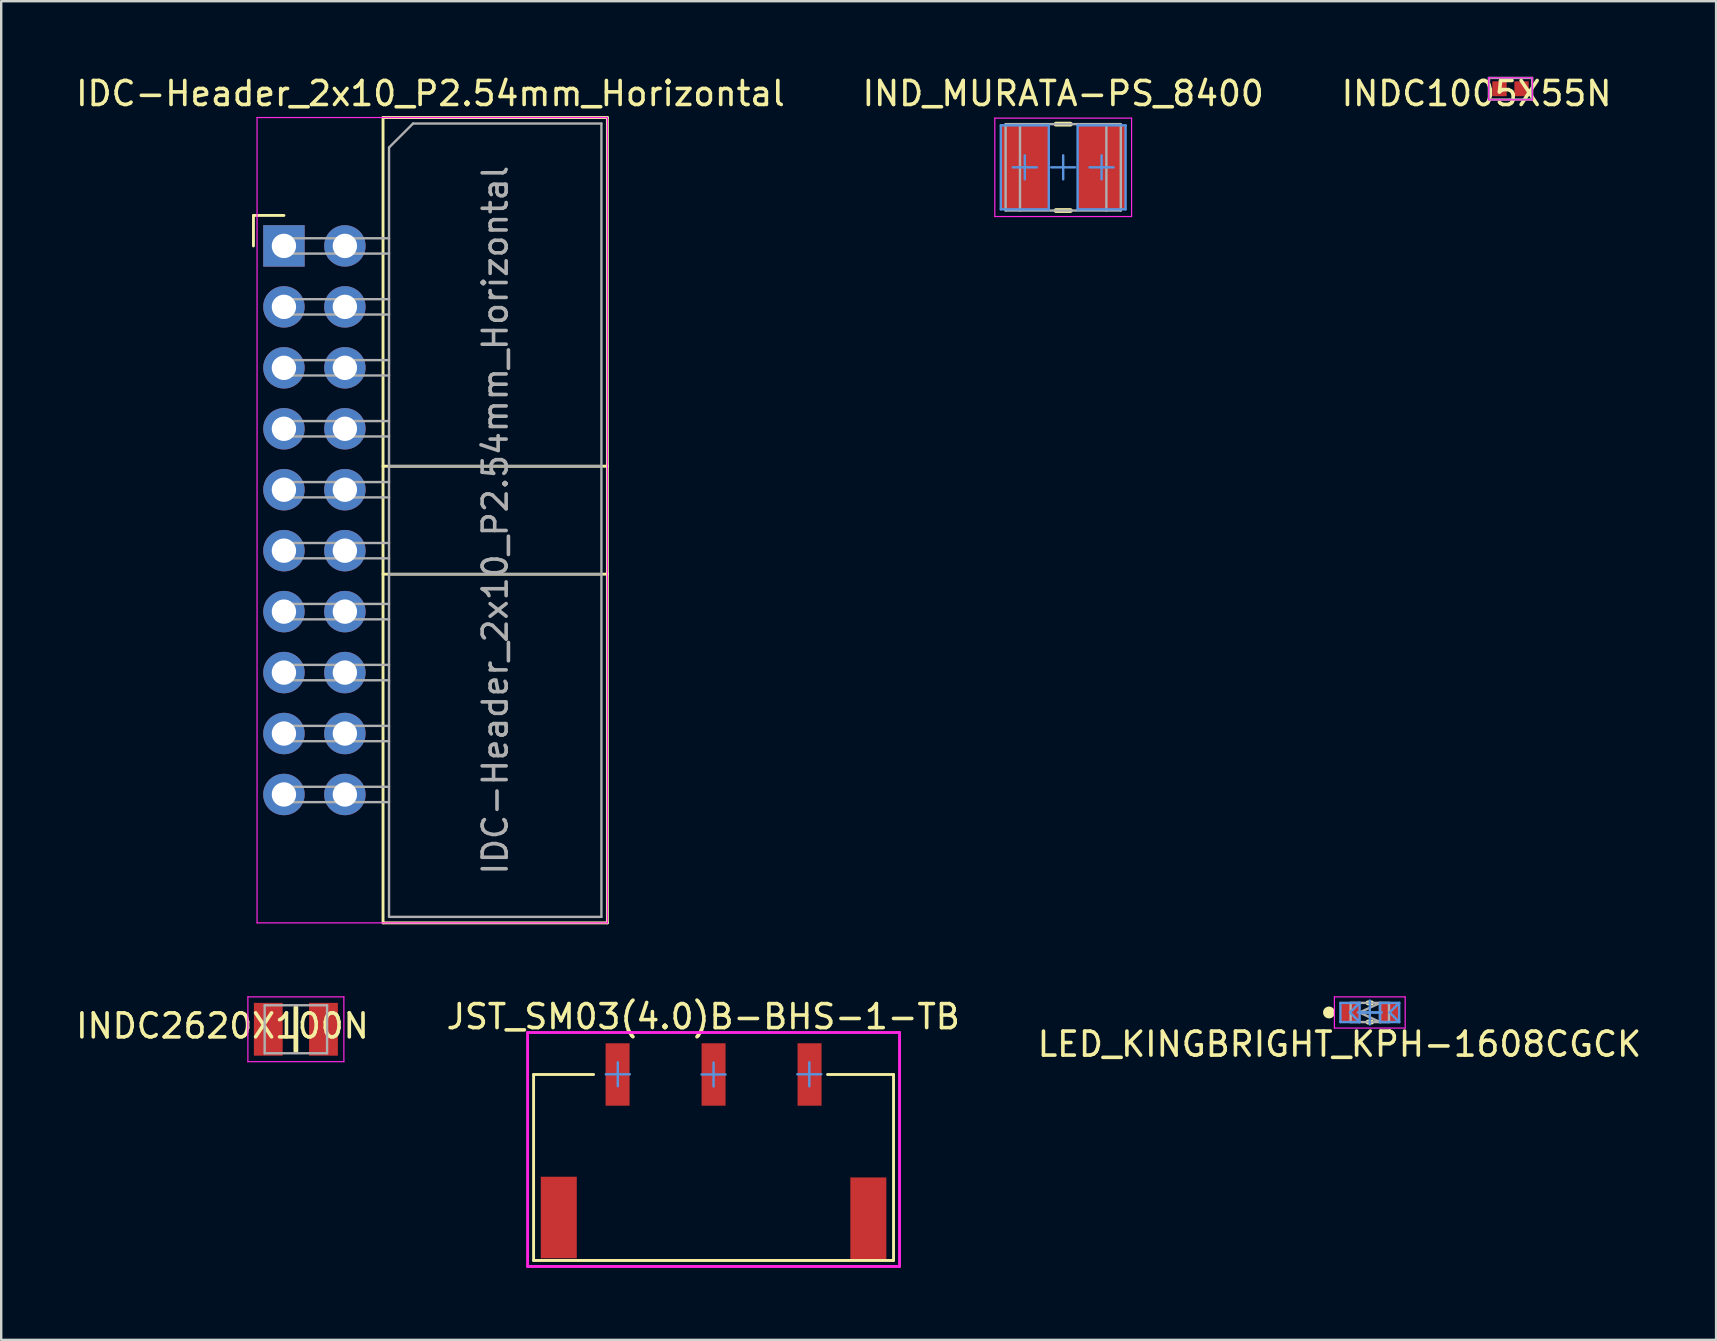
<source format=kicad_pcb>
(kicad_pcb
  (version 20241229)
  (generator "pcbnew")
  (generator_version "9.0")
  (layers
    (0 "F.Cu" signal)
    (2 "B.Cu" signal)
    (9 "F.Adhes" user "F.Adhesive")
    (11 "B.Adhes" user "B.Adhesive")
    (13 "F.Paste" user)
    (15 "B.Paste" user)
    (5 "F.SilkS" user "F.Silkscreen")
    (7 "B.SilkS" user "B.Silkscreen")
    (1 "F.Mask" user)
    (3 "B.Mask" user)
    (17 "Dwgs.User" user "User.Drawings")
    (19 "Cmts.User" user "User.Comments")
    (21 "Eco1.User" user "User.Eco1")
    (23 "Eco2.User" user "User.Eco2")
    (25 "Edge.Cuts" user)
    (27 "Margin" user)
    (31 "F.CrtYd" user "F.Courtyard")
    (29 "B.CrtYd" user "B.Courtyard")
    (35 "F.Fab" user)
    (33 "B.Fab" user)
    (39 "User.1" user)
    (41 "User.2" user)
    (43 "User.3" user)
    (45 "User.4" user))
  (footprint "LED_KINGBRIGHT_KPH-1608CGCK"
    (layer "F.Cu")
    (at 54.033 39.143)
    (property "Reference" "LED_KINGBRIGHT_KPH-1608CGCK" (at -1.265 1.32 0) (layer "F.SilkS") (effects (font (size 1 1) (thickness 0.15))))
    (attr smd)
    (fp_line (start -0.075 -0.4) (end 0.075 -0.4) (stroke (width 0.2) (type solid)) (layer "F.SilkS"))
    (fp_line (start -0.075 0.4) (end 0.075 0.4) (stroke (width 0.2) (type solid)) (layer "F.SilkS"))
    (fp_circle (center -1.7 0) (end -1.575 0) (stroke (width 0.25) (type solid)) (fill no) (layer "F.SilkS"))
    (fp_line (start -1.225 -0.4) (end -0.425 -0.4) (stroke (width 0.1) (type solid)) (layer "Cmts.User"))
    (fp_line (start -1.225 0.4) (end -1.225 -0.4) (stroke (width 0.1) (type solid)) (layer "Cmts.User"))
    (fp_line (start -1.225 0.4) (end -0.425 0.4) (stroke (width 0.1) (type solid)) (layer "Cmts.User"))
    (fp_line (start -0.825 0) (end -0.425 -0.4) (stroke (width 0.1) (type solid)) (layer "Cmts.User"))
    (fp_line (start -0.825 0) (end -0.425 0.4) (stroke (width 0.1) (type solid)) (layer "Cmts.User"))
    (fp_line (start -0.5 0) (end 0 0) (stroke (width 0.1) (type solid)) (layer "Cmts.User"))
    (fp_line (start -0.425 0) (end 0.425 0) (stroke (width 0.1) (type solid)) (layer "Cmts.User"))
    (fp_line (start -0.425 0.4) (end -0.425 -0.4) (stroke (width 0.1) (type solid)) (layer "Cmts.User"))
    (fp_line (start 0 0) (end 0 -0.5) (stroke (width 0.1) (type solid)) (layer "Cmts.User"))
    (fp_line (start 0 0) (end 0.5 0) (stroke (width 0.1) (type solid)) (layer "Cmts.User"))
    (fp_line (start 0 0.5) (end 0 0) (stroke (width 0.1) (type solid)) (layer "Cmts.User"))
    (fp_line (start 0.425 -0.4) (end 1.225 -0.4) (stroke (width 0.1) (type solid)) (layer "Cmts.User"))
    (fp_line (start 0.425 0.4) (end 0.425 -0.4) (stroke (width 0.1) (type solid)) (layer "Cmts.User"))
    (fp_line (start 0.425 0.4) (end 1.225 0.4) (stroke (width 0.1) (type solid)) (layer "Cmts.User"))
    (fp_line (start 0.825 0) (end 1.225 -0.4) (stroke (width 0.1) (type solid)) (layer "Cmts.User"))
    (fp_line (start 0.825 0) (end 1.225 0.4) (stroke (width 0.1) (type solid)) (layer "Cmts.User"))
    (fp_line (start 1.225 0.4) (end 1.225 -0.4) (stroke (width 0.1) (type solid)) (layer "Cmts.User"))
    (fp_line (start -1.475 -0.65) (end 1.475 -0.65) (stroke (width 0.05) (type solid)) (layer "F.CrtYd"))
    (fp_line (start -1.475 0.65) (end -1.475 -0.65) (stroke (width 0.05) (type solid)) (layer "F.CrtYd"))
    (fp_line (start -1.475 0.65) (end 1.475 0.65) (stroke (width 0.05) (type solid)) (layer "F.CrtYd"))
    (fp_line (start 1.475 0.65) (end 1.475 -0.65) (stroke (width 0.05) (type solid)) (layer "F.CrtYd"))
    (fp_line (start -0.8 -0.4) (end 0.8 -0.4) (stroke (width 0.1) (type solid)) (layer "F.Fab"))
    (fp_line (start -0.8 0.4) (end -0.8 -0.4) (stroke (width 0.1) (type solid)) (layer "F.Fab"))
    (fp_line (start -0.8 0.4) (end 0.8 0.4) (stroke (width 0.1) (type solid)) (layer "F.Fab"))
    (fp_line (start -0.425 0) (end 0.425 -0.4) (stroke (width 0.1) (type solid)) (layer "F.Fab"))
    (fp_line (start -0.425 0) (end 0.425 0.4) (stroke (width 0.1) (type solid)) (layer "F.Fab"))
    (fp_line (start 0.425 0.4) (end 0.425 -0.4) (stroke (width 0.1) (type solid)) (layer "F.Fab"))
    (fp_line (start 0.8 0.4) (end 0.8 -0.4) (stroke (width 0.1) (type solid)) (layer "F.Fab"))
    (pad "1" smd rect (at -0.825 0) (size 0.8 0.8) (layers "F.Cu" "F.Mask" "F.Paste"))
    (pad "2" smd rect (at 0.825 0) (size 0.8 0.8) (layers "F.Cu" "F.Mask" "F.Paste")))
  (footprint "JST_SM03(4.0)B-BHS-1-TB"
    (layer "F.Cu")
    (at 26.686 41.727)
    (property "Reference" "JST_SM03(4.0)B-BHS-1-TB" (at -0.43 -2.41 0) (layer "F.SilkS") (effects (font (size 1 1) (thickness 0.15))))
    (attr through_hole)
    (fp_line (start -7.5 0) (end -7.5 7.75) (stroke (width 0.12) (type solid)) (layer "F.SilkS"))
    (fp_line (start -7.5 7.75) (end 7.5 7.75) (stroke (width 0.12) (type solid)) (layer "F.SilkS"))
    (fp_line (start -5 0) (end -7.5 0) (stroke (width 0.12) (type solid)) (layer "F.SilkS"))
    (fp_line (start 7.5 0) (end 4.75 0) (stroke (width 0.12) (type solid)) (layer "F.SilkS"))
    (fp_line (start 7.5 7.75) (end 7.5 0) (stroke (width 0.12) (type solid)) (layer "F.SilkS"))
    (fp_line (start -4.49 -0.01) (end -3.99 -0.01) (stroke (width 0.1) (type solid)) (layer "Cmts.User"))
    (fp_line (start -3.99 -0.01) (end -3.99 -0.51) (stroke (width 0.1) (type solid)) (layer "Cmts.User"))
    (fp_line (start -3.99 -0.01) (end -3.49 -0.01) (stroke (width 0.1) (type solid)) (layer "Cmts.User"))
    (fp_line (start -3.99 0.49) (end -3.99 -0.01) (stroke (width 0.1) (type solid)) (layer "Cmts.User"))
    (fp_line (start -0.5 0) (end 0 0) (stroke (width 0.1) (type solid)) (layer "Cmts.User"))
    (fp_line (start 0 0) (end 0 -0.5) (stroke (width 0.1) (type solid)) (layer "Cmts.User"))
    (fp_line (start 0 0) (end 0.5 0) (stroke (width 0.1) (type solid)) (layer "Cmts.User"))
    (fp_line (start 0 0.5) (end 0 0) (stroke (width 0.1) (type solid)) (layer "Cmts.User"))
    (fp_line (start 3.49 -0.01) (end 3.99 -0.01) (stroke (width 0.1) (type solid)) (layer "Cmts.User"))
    (fp_line (start 3.99 -0.01) (end 3.99 -0.51) (stroke (width 0.1) (type solid)) (layer "Cmts.User"))
    (fp_line (start 3.99 -0.01) (end 4.49 -0.01) (stroke (width 0.1) (type solid)) (layer "Cmts.User"))
    (fp_line (start 3.99 0.49) (end 3.99 -0.01) (stroke (width 0.1) (type solid)) (layer "Cmts.User"))
    (fp_line (start -7.75 -1.75) (end -7.75 8) (stroke (width 0.12) (type solid)) (layer "F.CrtYd"))
    (fp_line (start -7.75 8) (end 7.75 8) (stroke (width 0.12) (type solid)) (layer "F.CrtYd"))
    (fp_line (start 7.75 -1.75) (end -7.75 -1.75) (stroke (width 0.12) (type solid)) (layer "F.CrtYd"))
    (fp_line (start 7.75 8) (end 7.75 -1.75) (stroke (width 0.12) (type solid)) (layer "F.CrtYd"))
    (pad "1" smd rect (at -4 0) (size 1 2.6) (layers "F.Cu" "F.Mask" "F.Paste"))
    (pad "2" smd rect (at 0 0) (size 1 2.6) (layers "F.Cu" "F.Mask" "F.Paste"))
    (pad "3" smd rect (at 4 0) (size 1 2.6) (layers "F.Cu" "F.Mask" "F.Paste"))
    (pad "4" smd rect (at -6.45 5.96) (size 1.5 3.4) (layers "F.Cu" "F.Mask" "F.Paste"))
    (pad "5" smd rect (at 6.45 5.99) (size 1.5 3.4) (layers "F.Cu" "F.Mask" "F.Paste")))
  (footprint "IND_MURATA-PS_8400"
    (layer "F.Cu")
    (at 41.256 3.924)
    (property "Reference" "IND_MURATA-PS_8400" (at 0 -3.076 0) (layer "F.SilkS") (effects (font (size 1 1) (thickness 0.15))))
    (attr smd)
    (fp_line (start -0.3 -1.8) (end 0.3 -1.8) (stroke (width 0.2) (type solid)) (layer "F.SilkS"))
    (fp_line (start -0.3 1.8) (end 0.3 1.8) (stroke (width 0.2) (type solid)) (layer "F.SilkS"))
    (fp_line (start -2.6 -1.75) (end -0.6 -1.75) (stroke (width 0.1) (type solid)) (layer "Cmts.User"))
    (fp_line (start -2.6 1.75) (end -2.6 -1.75) (stroke (width 0.1) (type solid)) (layer "Cmts.User"))
    (fp_line (start -2.6 1.75) (end -0.6 1.75) (stroke (width 0.1) (type solid)) (layer "Cmts.User"))
    (fp_line (start -2.1 0) (end -1.6 0) (stroke (width 0.1) (type solid)) (layer "Cmts.User"))
    (fp_line (start -1.6 0) (end -1.6 -0.5) (stroke (width 0.1) (type solid)) (layer "Cmts.User"))
    (fp_line (start -1.6 0) (end -1.1 0) (stroke (width 0.1) (type solid)) (layer "Cmts.User"))
    (fp_line (start -1.6 0.5) (end -1.6 0) (stroke (width 0.1) (type solid)) (layer "Cmts.User"))
    (fp_line (start -0.6 1.75) (end -0.6 -1.75) (stroke (width 0.1) (type solid)) (layer "Cmts.User"))
    (fp_line (start -0.5 0) (end 0 0) (stroke (width 0.1) (type solid)) (layer "Cmts.User"))
    (fp_line (start 0 0) (end 0 -0.5) (stroke (width 0.1) (type solid)) (layer "Cmts.User"))
    (fp_line (start 0 0) (end 0.5 0) (stroke (width 0.1) (type solid)) (layer "Cmts.User"))
    (fp_line (start 0 0.5) (end 0 0) (stroke (width 0.1) (type solid)) (layer "Cmts.User"))
    (fp_line (start 0.6 -1.75) (end 2.6 -1.75) (stroke (width 0.1) (type solid)) (layer "Cmts.User"))
    (fp_line (start 0.6 1.75) (end 0.6 -1.75) (stroke (width 0.1) (type solid)) (layer "Cmts.User"))
    (fp_line (start 0.6 1.75) (end 2.6 1.75) (stroke (width 0.1) (type solid)) (layer "Cmts.User"))
    (fp_line (start 1.1 0) (end 1.6 0) (stroke (width 0.1) (type solid)) (layer "Cmts.User"))
    (fp_line (start 1.6 0) (end 1.6 -0.5) (stroke (width 0.1) (type solid)) (layer "Cmts.User"))
    (fp_line (start 1.6 0) (end 2.1 0) (stroke (width 0.1) (type solid)) (layer "Cmts.User"))
    (fp_line (start 1.6 0.5) (end 1.6 0) (stroke (width 0.1) (type solid)) (layer "Cmts.User"))
    (fp_line (start 2.6 1.75) (end 2.6 -1.75) (stroke (width 0.1) (type solid)) (layer "Cmts.User"))
    (fp_line (start -2.85 -2.05) (end 2.85 -2.05) (stroke (width 0.05) (type solid)) (layer "F.CrtYd"))
    (fp_line (start -2.85 2.05) (end -2.85 -2.05) (stroke (width 0.05) (type solid)) (layer "F.CrtYd"))
    (fp_line (start -2.85 2.05) (end 2.85 2.05) (stroke (width 0.05) (type solid)) (layer "F.CrtYd"))
    (fp_line (start 2.85 2.05) (end 2.85 -2.05) (stroke (width 0.05) (type solid)) (layer "F.CrtYd"))
    (fp_line (start -2.4 -1.8) (end 2.4 -1.8) (stroke (width 0.1) (type solid)) (layer "F.Fab"))
    (fp_line (start -2.4 1.8) (end -2.4 -1.8) (stroke (width 0.1) (type solid)) (layer "F.Fab"))
    (fp_line (start -2.4 1.8) (end 2.4 1.8) (stroke (width 0.1) (type solid)) (layer "F.Fab"))
    (fp_line (start -1.8 1.8) (end -1.8 -1.8) (stroke (width 0.1) (type solid)) (layer "F.Fab"))
    (fp_line (start 1.8 1.8) (end 1.8 -1.8) (stroke (width 0.1) (type solid)) (layer "F.Fab"))
    (fp_line (start 2.4 1.8) (end 2.4 -1.8) (stroke (width 0.1) (type solid)) (layer "F.Fab"))
    (pad "1" smd rect (at -1.6 0) (size 2 3.5) (layers "F.Cu" "F.Mask" "F.Paste"))
    (pad "2" smd rect (at 1.6 0) (size 2 3.5) (layers "F.Cu" "F.Mask" "F.Paste")))
  (footprint "INDC2620X100N"
    (layer "F.Cu")
    (at 9.28 39.843)
    (property "Reference" "INDC2620X100N" (at -3.06 -0.14 0) (layer "F.SilkS") (effects (font (size 1 1) (thickness 0.15))))
    (attr smd)
    (fp_line (start 0 0.9) (end 0 -0.9) (stroke (width 0.2) (type solid)) (layer "F.SilkS"))
    (fp_line (start -2 -1.35) (end 2 -1.35) (stroke (width 0.05) (type solid)) (layer "F.CrtYd"))
    (fp_line (start -2 1.35) (end -2 -1.35) (stroke (width 0.05) (type solid)) (layer "F.CrtYd"))
    (fp_line (start -2 1.35) (end 2 1.35) (stroke (width 0.05) (type solid)) (layer "F.CrtYd"))
    (fp_line (start 2 1.35) (end 2 -1.35) (stroke (width 0.05) (type solid)) (layer "F.CrtYd"))
    (fp_line (start -1.3 -1) (end 1.3 -1) (stroke (width 0.1) (type solid)) (layer "F.Fab"))
    (fp_line (start -1.3 1) (end -1.3 -1) (stroke (width 0.1) (type solid)) (layer "F.Fab"))
    (fp_line (start -1.3 1) (end 1.3 1) (stroke (width 0.1) (type solid)) (layer "F.Fab"))
    (fp_line (start 1.3 1) (end 1.3 -1) (stroke (width 0.1) (type solid)) (layer "F.Fab"))
    (pad "1" smd rect (at -1.15 0 90) (size 2.2 1.2) (layers "F.Cu" "F.Mask" "F.Paste"))
    (pad "2" smd rect (at 1.15 0 90) (size 2.2 1.2) (layers "F.Cu" "F.Mask" "F.Paste")))
  (footprint "INDC1005X55N"
    (layer "F.Cu")
    (at 59.898 0.649)
    (property "Reference" "INDC1005X55N" (at -1.415 0.2 0) (layer "F.SilkS") (effects (font (size 1 1) (thickness 0.15))))
    (attr smd)
    (fp_line (start -0.91 -0.46) (end 0.91 -0.46) (stroke (width 0.05) (type solid)) (layer "F.CrtYd"))
    (fp_line (start -0.91 0.46) (end -0.91 -0.46) (stroke (width 0.05) (type solid)) (layer "F.CrtYd"))
    (fp_line (start -0.91 0.46) (end 0.91 0.46) (stroke (width 0.05) (type solid)) (layer "F.CrtYd"))
    (fp_line (start 0.91 0.46) (end 0.91 -0.46) (stroke (width 0.05) (type solid)) (layer "F.CrtYd"))
    (fp_line (start -0.9 -0.45) (end 0.9 -0.45) (stroke (width 0.1) (type solid)) (layer "F.Fab"))
    (fp_line (start -0.9 0.45) (end -0.9 -0.45) (stroke (width 0.1) (type solid)) (layer "F.Fab"))
    (fp_line (start -0.9 0.45) (end 0.9 0.45) (stroke (width 0.1) (type solid)) (layer "F.Fab"))
    (fp_line (start 0.9 0.45) (end 0.9 -0.45) (stroke (width 0.1) (type solid)) (layer "F.Fab"))
    (pad "1" smd rect (at -0.46 0 90) (size 0.62 0.6) (layers "F.Cu" "F.Mask" "F.Paste"))
    (pad "2" smd rect (at 0.46 0 90) (size 0.62 0.6) (layers "F.Cu" "F.Mask" "F.Paste")))
  (footprint "IDC-Header_2x10_P2.54mm_Horizontal"
    (layer "F.Cu")
    (at 8.782 7.198)
    (property "Reference" "IDC-Header_2x10_P2.54mm_Horizontal" (at 6.105 -6.35 0) (layer "F.SilkS") (effects (font (size 1 1) (thickness 0.15))))
    (attr through_hole)
    (fp_line (start -1.27 -1.27) (end -1.27 0) (stroke (width 0.12) (type solid)) (layer "F.SilkS"))
    (fp_line (start 0 -1.27) (end -1.27 -1.27) (stroke (width 0.12) (type solid)) (layer "F.SilkS"))
    (fp_line (start 4.13 -5.35) (end 13.48 -5.35) (stroke (width 0.12) (type solid)) (layer "F.SilkS"))
    (fp_line (start 4.13 9.18) (end 13.48 9.18) (stroke (width 0.12) (type solid)) (layer "F.SilkS"))
    (fp_line (start 4.13 13.68) (end 13.48 13.68) (stroke (width 0.12) (type solid)) (layer "F.SilkS"))
    (fp_line (start 4.13 28.21) (end 4.13 -5.35) (stroke (width 0.12) (type solid)) (layer "F.SilkS"))
    (fp_line (start 4.13 28.21) (end 13.48 28.21) (stroke (width 0.12) (type solid)) (layer "F.SilkS"))
    (fp_line (start 13.48 -5.35) (end 13.48 28.21) (stroke (width 0.12) (type solid)) (layer "F.SilkS"))
    (fp_line (start -1.12 -5.35) (end 13.48 -5.35) (stroke (width 0.05) (type solid)) (layer "F.CrtYd"))
    (fp_line (start -1.12 28.21) (end -1.12 -5.35) (stroke (width 0.05) (type solid)) (layer "F.CrtYd"))
    (fp_line (start 13.48 -5.35) (end 13.48 28.21) (stroke (width 0.05) (type solid)) (layer "F.CrtYd"))
    (fp_line (start 13.48 28.21) (end -1.12 28.21) (stroke (width 0.05) (type solid)) (layer "F.CrtYd"))
    (fp_line (start -0.32 -0.32) (end -0.32 0.32) (stroke (width 0.1) (type solid)) (layer "F.Fab"))
    (fp_line (start -0.32 0.32) (end 4.38 0.32) (stroke (width 0.1) (type solid)) (layer "F.Fab"))
    (fp_line (start -0.32 2.22) (end -0.32 2.86) (stroke (width 0.1) (type solid)) (layer "F.Fab"))
    (fp_line (start -0.32 2.86) (end 4.38 2.86) (stroke (width 0.1) (type solid)) (layer "F.Fab"))
    (fp_line (start -0.32 4.76) (end -0.32 5.4) (stroke (width 0.1) (type solid)) (layer "F.Fab"))
    (fp_line (start -0.32 5.4) (end 4.38 5.4) (stroke (width 0.1) (type solid)) (layer "F.Fab"))
    (fp_line (start -0.32 7.3) (end -0.32 7.94) (stroke (width 0.1) (type solid)) (layer "F.Fab"))
    (fp_line (start -0.32 7.94) (end 4.38 7.94) (stroke (width 0.1) (type solid)) (layer "F.Fab"))
    (fp_line (start -0.32 9.84) (end -0.32 10.48) (stroke (width 0.1) (type solid)) (layer "F.Fab"))
    (fp_line (start -0.32 10.48) (end 4.38 10.48) (stroke (width 0.1) (type solid)) (layer "F.Fab"))
    (fp_line (start -0.32 12.38) (end -0.32 13.02) (stroke (width 0.1) (type solid)) (layer "F.Fab"))
    (fp_line (start -0.32 13.02) (end 4.38 13.02) (stroke (width 0.1) (type solid)) (layer "F.Fab"))
    (fp_line (start -0.32 14.92) (end -0.32 15.56) (stroke (width 0.1) (type solid)) (layer "F.Fab"))
    (fp_line (start -0.32 15.56) (end 4.38 15.56) (stroke (width 0.1) (type solid)) (layer "F.Fab"))
    (fp_line (start -0.32 17.46) (end -0.32 18.1) (stroke (width 0.1) (type solid)) (layer "F.Fab"))
    (fp_line (start -0.32 18.1) (end 4.38 18.1) (stroke (width 0.1) (type solid)) (layer "F.Fab"))
    (fp_line (start -0.32 20) (end -0.32 20.64) (stroke (width 0.1) (type solid)) (layer "F.Fab"))
    (fp_line (start -0.32 20.64) (end 4.38 20.64) (stroke (width 0.1) (type solid)) (layer "F.Fab"))
    (fp_line (start -0.32 22.54) (end -0.32 23.18) (stroke (width 0.1) (type solid)) (layer "F.Fab"))
    (fp_line (start -0.32 23.18) (end 4.38 23.18) (stroke (width 0.1) (type solid)) (layer "F.Fab"))
    (fp_line (start 4.38 -4.1) (end 5.38 -5.1) (stroke (width 0.1) (type solid)) (layer "F.Fab"))
    (fp_line (start 4.38 -0.32) (end -0.32 -0.32) (stroke (width 0.1) (type solid)) (layer "F.Fab"))
    (fp_line (start 4.38 2.22) (end -0.32 2.22) (stroke (width 0.1) (type solid)) (layer "F.Fab"))
    (fp_line (start 4.38 4.76) (end -0.32 4.76) (stroke (width 0.1) (type solid)) (layer "F.Fab"))
    (fp_line (start 4.38 7.3) (end -0.32 7.3) (stroke (width 0.1) (type solid)) (layer "F.Fab"))
    (fp_line (start 4.38 9.18) (end 13.23 9.18) (stroke (width 0.1) (type solid)) (layer "F.Fab"))
    (fp_line (start 4.38 9.84) (end -0.32 9.84) (stroke (width 0.1) (type solid)) (layer "F.Fab"))
    (fp_line (start 4.38 12.38) (end -0.32 12.38) (stroke (width 0.1) (type solid)) (layer "F.Fab"))
    (fp_line (start 4.38 13.68) (end 13.23 13.68) (stroke (width 0.1) (type solid)) (layer "F.Fab"))
    (fp_line (start 4.38 14.92) (end -0.32 14.92) (stroke (width 0.1) (type solid)) (layer "F.Fab"))
    (fp_line (start 4.38 17.46) (end -0.32 17.46) (stroke (width 0.1) (type solid)) (layer "F.Fab"))
    (fp_line (start 4.38 20) (end -0.32 20) (stroke (width 0.1) (type solid)) (layer "F.Fab"))
    (fp_line (start 4.38 22.54) (end -0.32 22.54) (stroke (width 0.1) (type solid)) (layer "F.Fab"))
    (fp_line (start 4.38 27.96) (end 4.38 -4.1) (stroke (width 0.1) (type solid)) (layer "F.Fab"))
    (fp_line (start 4.38 27.96) (end 13.23 27.96) (stroke (width 0.1) (type solid)) (layer "F.Fab"))
    (fp_line (start 5.38 -5.1) (end 13.23 -5.1) (stroke (width 0.1) (type solid)) (layer "F.Fab"))
    (fp_line (start 13.23 27.96) (end 13.23 -5.1) (stroke (width 0.1) (type solid)) (layer "F.Fab"))
    (fp_text user "${REFERENCE}" (at 8.805 11.43 90) (layer "F.Fab") (effects (font (size 1 1) (thickness 0.15))))
    (pad "1" thru_hole rect (at 0 0) (size 1.727 1.727) (drill 1.016) (layers "*.Cu" "*.Mask"))
    (pad "2" thru_hole oval (at 2.54 0) (size 1.727 1.727) (drill 1.016) (layers "*.Cu" "*.Mask"))
    (pad "3" thru_hole oval (at 0 2.54) (size 1.727 1.727) (drill 1.016) (layers "*.Cu" "*.Mask"))
    (pad "4" thru_hole oval (at 2.54 2.54) (size 1.727 1.727) (drill 1.016) (layers "*.Cu" "*.Mask"))
    (pad "5" thru_hole oval (at 0 5.08) (size 1.727 1.727) (drill 1.016) (layers "*.Cu" "*.Mask"))
    (pad "6" thru_hole oval (at 2.54 5.08) (size 1.727 1.727) (drill 1.016) (layers "*.Cu" "*.Mask"))
    (pad "7" thru_hole oval (at 0 7.62) (size 1.727 1.727) (drill 1.016) (layers "*.Cu" "*.Mask"))
    (pad "8" thru_hole oval (at 2.54 7.62) (size 1.727 1.727) (drill 1.016) (layers "*.Cu" "*.Mask"))
    (pad "9" thru_hole oval (at 0 10.16) (size 1.727 1.727) (drill 1.016) (layers "*.Cu" "*.Mask"))
    (pad "10" thru_hole oval (at 2.54 10.16) (size 1.727 1.727) (drill 1.016) (layers "*.Cu" "*.Mask"))
    (pad "11" thru_hole oval (at 0 12.7) (size 1.727 1.727) (drill 1.016) (layers "*.Cu" "*.Mask"))
    (pad "12" thru_hole oval (at 2.54 12.7) (size 1.727 1.727) (drill 1.016) (layers "*.Cu" "*.Mask"))
    (pad "13" thru_hole oval (at 0 15.24) (size 1.727 1.727) (drill 1.016) (layers "*.Cu" "*.Mask"))
    (pad "14" thru_hole oval (at 2.54 15.24) (size 1.727 1.727) (drill 1.016) (layers "*.Cu" "*.Mask"))
    (pad "15" thru_hole oval (at 0 17.78) (size 1.727 1.727) (drill 1.016) (layers "*.Cu" "*.Mask"))
    (pad "16" thru_hole oval (at 2.54 17.78) (size 1.727 1.727) (drill 1.016) (layers "*.Cu" "*.Mask"))
    (pad "17" thru_hole oval (at 0 20.32) (size 1.727 1.727) (drill 1.016) (layers "*.Cu" "*.Mask"))
    (pad "18" thru_hole oval (at 2.54 20.32) (size 1.727 1.727) (drill 1.016) (layers "*.Cu" "*.Mask"))
    (pad "19" thru_hole oval (at 0 22.86) (size 1.727 1.727) (drill 1.016) (layers "*.Cu" "*.Mask"))
    (pad "20" thru_hole oval (at 2.54 22.86) (size 1.727 1.727) (drill 1.016) (layers "*.Cu" "*.Mask")))
  (gr_rect
    (start -3 -3)
    (end 68.464 52.786)
    (stroke (width 0.1) (type default))
    (fill no)
    (layer "Edge.Cuts")))
</source>
